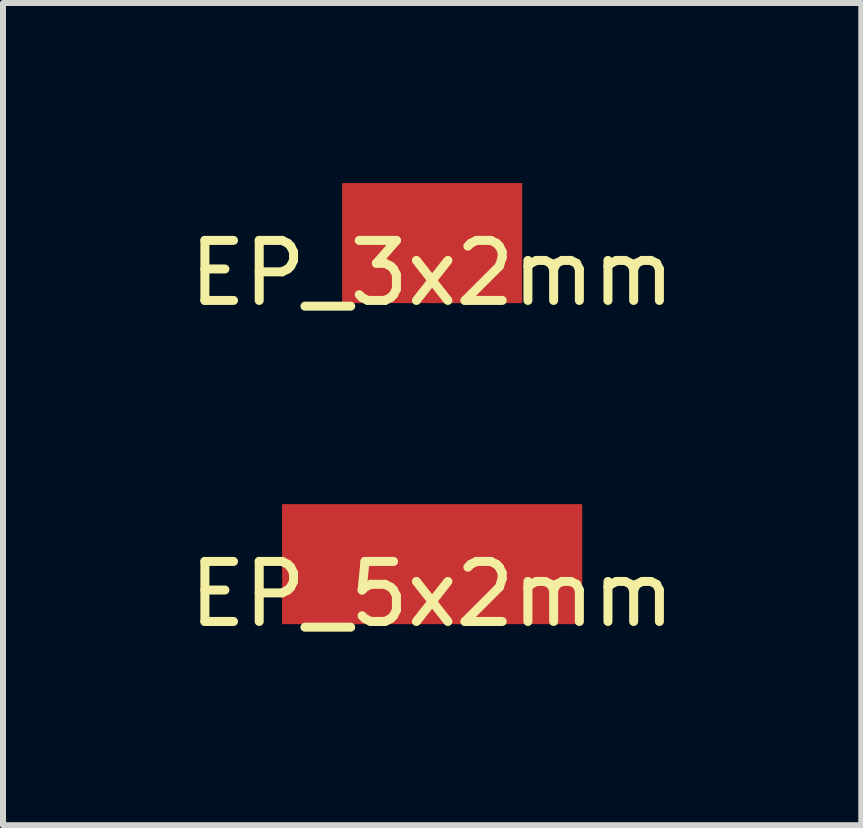
<source format=kicad_pcb>
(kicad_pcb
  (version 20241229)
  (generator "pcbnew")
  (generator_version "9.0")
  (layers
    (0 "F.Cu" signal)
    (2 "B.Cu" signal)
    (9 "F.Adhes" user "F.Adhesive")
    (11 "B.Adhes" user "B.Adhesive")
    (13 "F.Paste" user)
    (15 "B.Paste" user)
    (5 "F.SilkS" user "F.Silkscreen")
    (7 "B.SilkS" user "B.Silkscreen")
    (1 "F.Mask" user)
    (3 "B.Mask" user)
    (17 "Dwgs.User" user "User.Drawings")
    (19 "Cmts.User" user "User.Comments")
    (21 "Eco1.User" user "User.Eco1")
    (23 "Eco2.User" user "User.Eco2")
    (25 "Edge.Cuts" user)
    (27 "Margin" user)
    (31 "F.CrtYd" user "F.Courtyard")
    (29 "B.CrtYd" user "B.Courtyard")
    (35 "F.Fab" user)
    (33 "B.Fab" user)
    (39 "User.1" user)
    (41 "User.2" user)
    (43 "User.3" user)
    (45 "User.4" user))
  (footprint "EP_3x2mm"
    (layer "F.Cu")
    (at 4.149 1)
    (property "Reference" "EP_3x2mm" (at 0 0.5 0) (layer "F.SilkS") (effects (font (size 1 1) (thickness 0.15))))
    (attr through_hole)
    (pad "1" smd rect (at 0 0) (size 3 2) (layers "F.Cu" "F.Mask" "F.Paste")))
  (footprint "EP_5x2mm"
    (layer "F.Cu")
    (at 4.149 6.348)
    (property "Reference" "EP_5x2mm" (at 0 0.5 0) (layer "F.SilkS") (effects (font (size 1 1) (thickness 0.15))))
    (attr through_hole)
    (pad "1" smd rect (at 0 0) (size 5 2) (layers "F.Cu" "F.Mask" "F.Paste")))
  (gr_rect
    (start -3 -3)
    (end 11.298 10.697)
    (stroke (width 0.1) (type default))
    (fill no)
    (layer "Edge.Cuts")))
</source>
